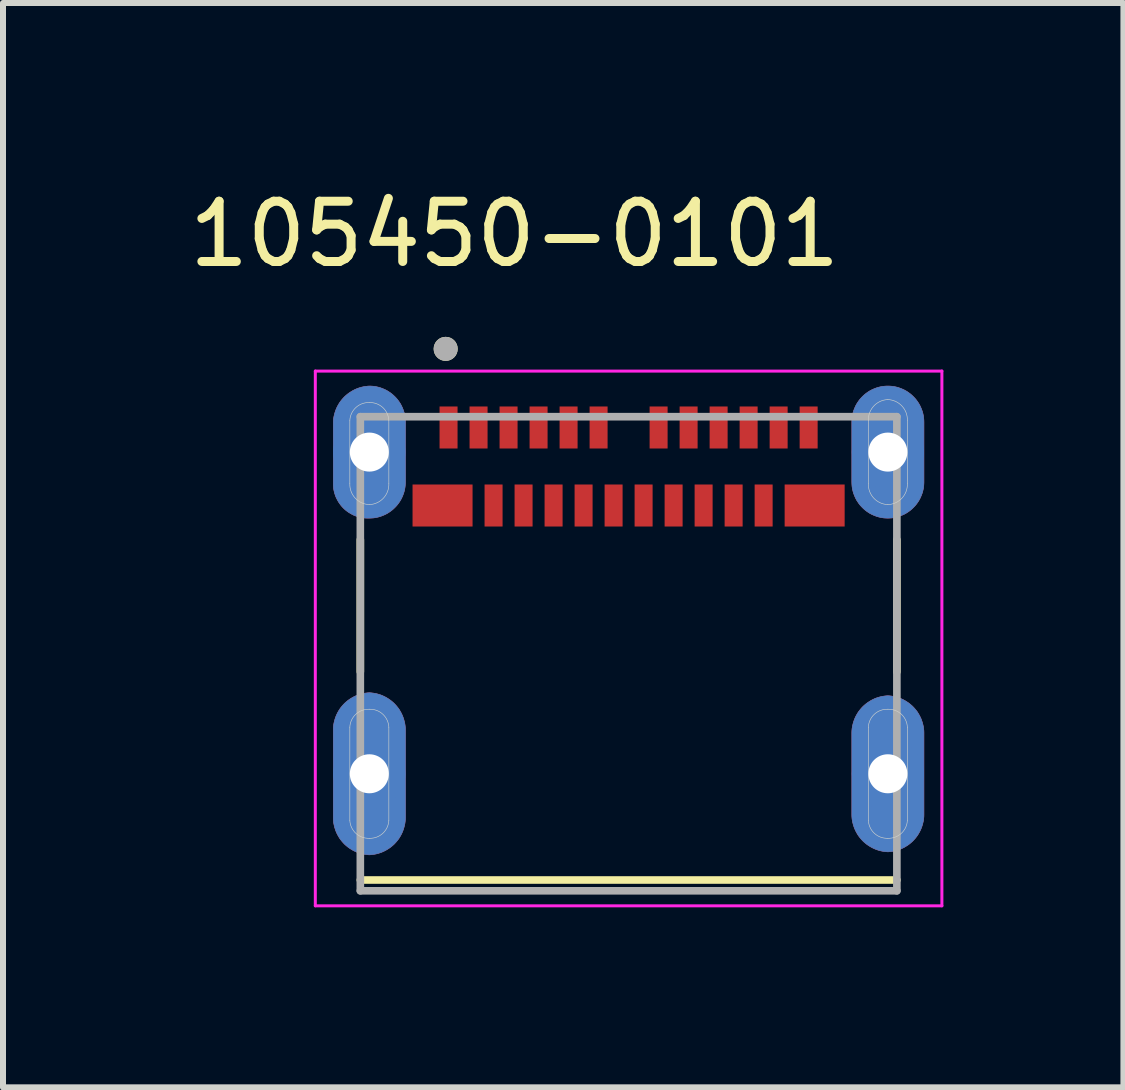
<source format=kicad_pcb>
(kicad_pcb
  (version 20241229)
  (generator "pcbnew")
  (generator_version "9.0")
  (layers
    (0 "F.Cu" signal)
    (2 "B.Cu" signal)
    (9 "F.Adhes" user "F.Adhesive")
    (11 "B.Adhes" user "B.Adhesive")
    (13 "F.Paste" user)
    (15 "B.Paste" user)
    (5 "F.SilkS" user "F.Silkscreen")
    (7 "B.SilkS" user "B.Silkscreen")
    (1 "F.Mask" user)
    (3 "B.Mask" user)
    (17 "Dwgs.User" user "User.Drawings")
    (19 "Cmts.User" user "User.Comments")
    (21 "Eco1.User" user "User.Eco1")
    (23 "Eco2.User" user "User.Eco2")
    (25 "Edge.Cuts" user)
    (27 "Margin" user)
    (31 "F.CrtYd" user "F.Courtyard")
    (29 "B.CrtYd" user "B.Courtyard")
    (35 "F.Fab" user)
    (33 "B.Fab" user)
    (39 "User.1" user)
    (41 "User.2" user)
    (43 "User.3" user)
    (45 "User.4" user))
  (footprint "105450-0101"
    (layer "F.Cu")
    (at 7.424 7.843)
    (property "Reference" "105450-0101" (at -1.899 -6.993 0) (layer "F.SilkS") (effects (font (size 1.004 1.004) (thickness 0.15))))
    (attr through_hole)
    (fp_poly (pts (xy -4.92 -2.81) (xy -4.92 -3.81) (xy -4.92 -3.846) (xy -4.919 -3.879) (xy -4.916 -3.911) (xy -4.911 -3.944) (xy -4.904 -3.976) (xy -4.896 -4.007) (xy -4.886 -4.039) (xy -4.875 -4.069) (xy -4.862 -4.099) (xy -4.847 -4.129) (xy -4.831 -4.157) (xy -4.814 -4.185) (xy -4.795 -4.211) (xy -4.774 -4.237) (xy -4.752 -4.262) (xy -4.73 -4.285) (xy -4.705 -4.307) (xy -4.68 -4.328) (xy -4.654 -4.347) (xy -4.626 -4.365) (xy -4.598 -4.382) (xy -4.569 -4.397) (xy -4.539 -4.411) (xy -4.509 -4.423) (xy -4.478 -4.433) (xy -4.446 -4.442) (xy -4.414 -4.449) (xy -4.382 -4.454) (xy -4.35 -4.458) (xy -4.32 -4.46) (xy -4.289 -4.459) (xy -4.257 -4.457) (xy -4.226 -4.453) (xy -4.195 -4.447) (xy -4.165 -4.44) (xy -4.135 -4.431) (xy -4.105 -4.42) (xy -4.076 -4.408) (xy -4.048 -4.395) (xy -4.02 -4.38) (xy -3.993 -4.363) (xy -3.967 -4.345) (xy -3.942 -4.326) (xy -3.919 -4.306) (xy -3.896 -4.284) (xy -3.874 -4.261) (xy -3.854 -4.238) (xy -3.835 -4.213) (xy -3.817 -4.187) (xy -3.8 -4.16) (xy -3.785 -4.132) (xy -3.772 -4.104) (xy -3.76 -4.075) (xy -3.749 -4.045) (xy -3.74 -4.015) (xy -3.733 -3.985) (xy -3.727 -3.954) (xy -3.723 -3.923) (xy -3.721 -3.891) (xy -3.72 -3.86) (xy -3.72 -2.86) (xy -3.721 -2.829) (xy -3.723 -2.797) (xy -3.727 -2.766) (xy -3.733 -2.735) (xy -3.74 -2.705) (xy -3.749 -2.675) (xy -3.76 -2.645) (xy -3.772 -2.616) (xy -3.785 -2.588) (xy -3.8 -2.56) (xy -3.817 -2.533) (xy -3.835 -2.507) (xy -3.854 -2.482) (xy -3.874 -2.459) (xy -3.896 -2.436) (xy -3.919 -2.414) (xy -3.942 -2.394) (xy -3.967 -2.375) (xy -3.993 -2.357) (xy -4.02 -2.34) (xy -4.048 -2.325) (xy -4.076 -2.312) (xy -4.105 -2.3) (xy -4.135 -2.289) (xy -4.165 -2.28) (xy -4.195 -2.273) (xy -4.226 -2.267) (xy -4.257 -2.263) (xy -4.289 -2.261) (xy -4.32 -2.26) (xy -4.355 -2.26) (xy -4.385 -2.261) (xy -4.415 -2.264) (xy -4.445 -2.268) (xy -4.474 -2.274) (xy -4.504 -2.282) (xy -4.532 -2.291) (xy -4.561 -2.301) (xy -4.588 -2.313) (xy -4.615 -2.327) (xy -4.641 -2.342) (xy -4.667 -2.358) (xy -4.691 -2.375) (xy -4.715 -2.394) (xy -4.738 -2.414) (xy -4.759 -2.435) (xy -4.779 -2.457) (xy -4.799 -2.481) (xy -4.816 -2.505) (xy -4.833 -2.53) (xy -4.848 -2.556) (xy -4.862 -2.583) (xy -4.875 -2.61) (xy -4.886 -2.638) (xy -4.895 -2.667) (xy -4.903 -2.696) (xy -4.91 -2.725) (xy -4.915 -2.755) (xy -4.918 -2.785) (xy -4.92 -2.81)) (stroke (width 0.01) (type solid)) (fill yes) (layer "F.Cu"))
    (fp_poly (pts (xy -4.92 2.7) (xy -4.92 1.3) (xy -4.92 1.264) (xy -4.919 1.231) (xy -4.916 1.199) (xy -4.911 1.166) (xy -4.904 1.134) (xy -4.896 1.103) (xy -4.886 1.071) (xy -4.875 1.041) (xy -4.862 1.011) (xy -4.847 0.981) (xy -4.831 0.953) (xy -4.814 0.925) (xy -4.795 0.899) (xy -4.774 0.873) (xy -4.752 0.848) (xy -4.73 0.825) (xy -4.705 0.803) (xy -4.68 0.782) (xy -4.654 0.763) (xy -4.626 0.745) (xy -4.598 0.728) (xy -4.569 0.713) (xy -4.539 0.699) (xy -4.509 0.687) (xy -4.478 0.677) (xy -4.446 0.668) (xy -4.414 0.661) (xy -4.382 0.656) (xy -4.35 0.652) (xy -4.32 0.65) (xy -4.29 0.652) (xy -4.258 0.656) (xy -4.226 0.661) (xy -4.194 0.668) (xy -4.162 0.677) (xy -4.131 0.687) (xy -4.101 0.699) (xy -4.071 0.713) (xy -4.042 0.728) (xy -4.014 0.745) (xy -3.986 0.763) (xy -3.96 0.782) (xy -3.935 0.803) (xy -3.91 0.825) (xy -3.888 0.848) (xy -3.866 0.873) (xy -3.845 0.899) (xy -3.826 0.925) (xy -3.809 0.953) (xy -3.793 0.981) (xy -3.778 1.011) (xy -3.765 1.041) (xy -3.754 1.071) (xy -3.744 1.103) (xy -3.736 1.134) (xy -3.729 1.166) (xy -3.724 1.199) (xy -3.721 1.231) (xy -3.72 1.264) (xy -3.72 1.3) (xy -3.72 2.7) (xy -3.72 2.736) (xy -3.721 2.769) (xy -3.724 2.801) (xy -3.729 2.834) (xy -3.736 2.866) (xy -3.744 2.897) (xy -3.754 2.929) (xy -3.765 2.959) (xy -3.778 2.989) (xy -3.793 3.019) (xy -3.809 3.047) (xy -3.826 3.075) (xy -3.845 3.101) (xy -3.866 3.127) (xy -3.888 3.152) (xy -3.91 3.175) (xy -3.935 3.197) (xy -3.96 3.218) (xy -3.986 3.237) (xy -4.014 3.255) (xy -4.042 3.272) (xy -4.071 3.287) (xy -4.101 3.301) (xy -4.131 3.313) (xy -4.162 3.323) (xy -4.194 3.332) (xy -4.226 3.339) (xy -4.258 3.344) (xy -4.29 3.348) (xy -4.32 3.35) (xy -4.35 3.348) (xy -4.382 3.344) (xy -4.414 3.339) (xy -4.446 3.332) (xy -4.478 3.323) (xy -4.509 3.313) (xy -4.539 3.301) (xy -4.569 3.287) (xy -4.598 3.272) (xy -4.626 3.255) (xy -4.654 3.237) (xy -4.68 3.218) (xy -4.705 3.197) (xy -4.73 3.175) (xy -4.752 3.152) (xy -4.774 3.127) (xy -4.795 3.101) (xy -4.814 3.075) (xy -4.831 3.047) (xy -4.847 3.019) (xy -4.862 2.989) (xy -4.875 2.959) (xy -4.886 2.929) (xy -4.896 2.897) (xy -4.904 2.866) (xy -4.911 2.834) (xy -4.916 2.801) (xy -4.919 2.769) (xy -4.92 2.736) (xy -4.92 2.7)) (stroke (width 0.01) (type solid)) (fill yes) (layer "F.Cu"))
    (fp_poly (pts (xy 3.72 -2.86) (xy 3.72 -3.86) (xy 3.721 -3.891) (xy 3.723 -3.923) (xy 3.727 -3.954) (xy 3.733 -3.985) (xy 3.74 -4.015) (xy 3.749 -4.045) (xy 3.76 -4.075) (xy 3.772 -4.104) (xy 3.785 -4.132) (xy 3.8 -4.16) (xy 3.817 -4.187) (xy 3.835 -4.213) (xy 3.854 -4.238) (xy 3.874 -4.261) (xy 3.896 -4.284) (xy 3.919 -4.306) (xy 3.942 -4.326) (xy 3.967 -4.345) (xy 3.993 -4.363) (xy 4.02 -4.38) (xy 4.048 -4.395) (xy 4.076 -4.408) (xy 4.105 -4.42) (xy 4.135 -4.431) (xy 4.165 -4.44) (xy 4.195 -4.447) (xy 4.226 -4.453) (xy 4.257 -4.457) (xy 4.289 -4.459) (xy 4.32 -4.46) (xy 4.351 -4.459) (xy 4.383 -4.457) (xy 4.414 -4.453) (xy 4.445 -4.447) (xy 4.475 -4.44) (xy 4.505 -4.431) (xy 4.535 -4.42) (xy 4.564 -4.408) (xy 4.592 -4.395) (xy 4.62 -4.38) (xy 4.647 -4.363) (xy 4.673 -4.345) (xy 4.698 -4.326) (xy 4.721 -4.306) (xy 4.744 -4.284) (xy 4.766 -4.261) (xy 4.786 -4.238) (xy 4.805 -4.213) (xy 4.823 -4.187) (xy 4.84 -4.16) (xy 4.855 -4.132) (xy 4.868 -4.104) (xy 4.88 -4.075) (xy 4.891 -4.045) (xy 4.9 -4.015) (xy 4.907 -3.985) (xy 4.913 -3.954) (xy 4.917 -3.923) (xy 4.919 -3.891) (xy 4.92 -3.86) (xy 4.92 -2.86) (xy 4.919 -2.829) (xy 4.917 -2.797) (xy 4.913 -2.766) (xy 4.907 -2.735) (xy 4.9 -2.705) (xy 4.891 -2.675) (xy 4.88 -2.645) (xy 4.868 -2.616) (xy 4.855 -2.588) (xy 4.84 -2.56) (xy 4.823 -2.533) (xy 4.805 -2.507) (xy 4.786 -2.482) (xy 4.766 -2.459) (xy 4.744 -2.436) (xy 4.721 -2.414) (xy 4.698 -2.394) (xy 4.673 -2.375) (xy 4.647 -2.357) (xy 4.62 -2.34) (xy 4.592 -2.325) (xy 4.564 -2.312) (xy 4.535 -2.3) (xy 4.505 -2.289) (xy 4.475 -2.28) (xy 4.445 -2.273) (xy 4.414 -2.267) (xy 4.383 -2.263) (xy 4.351 -2.261) (xy 4.32 -2.26) (xy 4.289 -2.261) (xy 4.257 -2.263) (xy 4.226 -2.267) (xy 4.195 -2.273) (xy 4.165 -2.28) (xy 4.135 -2.289) (xy 4.105 -2.3) (xy 4.076 -2.312) (xy 4.048 -2.325) (xy 4.02 -2.34) (xy 3.993 -2.357) (xy 3.967 -2.375) (xy 3.942 -2.394) (xy 3.919 -2.414) (xy 3.896 -2.436) (xy 3.874 -2.459) (xy 3.854 -2.482) (xy 3.835 -2.507) (xy 3.817 -2.533) (xy 3.8 -2.56) (xy 3.785 -2.588) (xy 3.772 -2.616) (xy 3.76 -2.645) (xy 3.749 -2.675) (xy 3.74 -2.705) (xy 3.733 -2.735) (xy 3.727 -2.766) (xy 3.723 -2.797) (xy 3.721 -2.829) (xy 3.72 -2.86)) (stroke (width 0.01) (type solid)) (fill yes) (layer "F.Cu"))
    (fp_poly (pts (xy 3.72 2.65) (xy 3.72 1.35) (xy 3.72 1.314) (xy 3.721 1.281) (xy 3.724 1.249) (xy 3.729 1.216) (xy 3.736 1.184) (xy 3.744 1.153) (xy 3.754 1.121) (xy 3.765 1.091) (xy 3.778 1.061) (xy 3.793 1.031) (xy 3.809 1.003) (xy 3.826 0.975) (xy 3.845 0.949) (xy 3.866 0.923) (xy 3.888 0.898) (xy 3.91 0.875) (xy 3.935 0.853) (xy 3.96 0.832) (xy 3.986 0.813) (xy 4.014 0.795) (xy 4.042 0.778) (xy 4.071 0.763) (xy 4.101 0.749) (xy 4.131 0.737) (xy 4.162 0.727) (xy 4.194 0.718) (xy 4.226 0.711) (xy 4.258 0.706) (xy 4.29 0.702) (xy 4.32 0.7) (xy 4.35 0.702) (xy 4.382 0.706) (xy 4.414 0.711) (xy 4.446 0.718) (xy 4.478 0.727) (xy 4.509 0.737) (xy 4.539 0.749) (xy 4.569 0.763) (xy 4.598 0.778) (xy 4.626 0.795) (xy 4.654 0.813) (xy 4.68 0.832) (xy 4.705 0.853) (xy 4.73 0.875) (xy 4.752 0.898) (xy 4.774 0.923) (xy 4.795 0.949) (xy 4.814 0.975) (xy 4.831 1.003) (xy 4.847 1.031) (xy 4.862 1.061) (xy 4.875 1.091) (xy 4.886 1.121) (xy 4.896 1.153) (xy 4.904 1.184) (xy 4.911 1.216) (xy 4.916 1.249) (xy 4.919 1.281) (xy 4.92 1.314) (xy 4.92 1.35) (xy 4.92 2.65) (xy 4.92 2.686) (xy 4.919 2.719) (xy 4.916 2.751) (xy 4.911 2.784) (xy 4.904 2.816) (xy 4.896 2.847) (xy 4.886 2.879) (xy 4.875 2.909) (xy 4.862 2.939) (xy 4.847 2.969) (xy 4.831 2.997) (xy 4.814 3.025) (xy 4.795 3.051) (xy 4.774 3.077) (xy 4.752 3.102) (xy 4.73 3.125) (xy 4.705 3.147) (xy 4.68 3.168) (xy 4.654 3.187) (xy 4.626 3.205) (xy 4.598 3.222) (xy 4.569 3.237) (xy 4.539 3.251) (xy 4.509 3.263) (xy 4.478 3.273) (xy 4.446 3.282) (xy 4.414 3.289) (xy 4.382 3.294) (xy 4.35 3.298) (xy 4.32 3.3) (xy 4.29 3.298) (xy 4.258 3.294) (xy 4.226 3.289) (xy 4.194 3.282) (xy 4.162 3.273) (xy 4.131 3.263) (xy 4.101 3.251) (xy 4.071 3.237) (xy 4.042 3.222) (xy 4.014 3.205) (xy 3.986 3.187) (xy 3.96 3.168) (xy 3.935 3.147) (xy 3.91 3.125) (xy 3.888 3.102) (xy 3.866 3.077) (xy 3.845 3.051) (xy 3.826 3.025) (xy 3.809 2.997) (xy 3.793 2.969) (xy 3.778 2.939) (xy 3.765 2.909) (xy 3.754 2.879) (xy 3.744 2.847) (xy 3.736 2.816) (xy 3.729 2.784) (xy 3.724 2.751) (xy 3.721 2.719) (xy 3.72 2.686) (xy 3.72 2.65)) (stroke (width 0.01) (type solid)) (fill yes) (layer "F.Cu"))
    (fp_poly (pts (xy -4.97 2.7) (xy -4.97 1.3) (xy -4.97 1.263) (xy -4.969 1.228) (xy -4.965 1.193) (xy -4.96 1.158) (xy -4.953 1.123) (xy -4.944 1.089) (xy -4.934 1.055) (xy -4.921 1.022) (xy -4.907 0.99) (xy -4.891 0.958) (xy -4.874 0.927) (xy -4.855 0.897) (xy -4.834 0.868) (xy -4.812 0.841) (xy -4.789 0.814) (xy -4.764 0.789) (xy -4.738 0.765) (xy -4.711 0.743) (xy -4.682 0.722) (xy -4.653 0.702) (xy -4.622 0.684) (xy -4.591 0.668) (xy -4.559 0.653) (xy -4.526 0.64) (xy -4.492 0.629) (xy -4.458 0.62) (xy -4.424 0.612) (xy -4.389 0.606) (xy -4.354 0.602) (xy -4.32 0.6) (xy -4.286 0.602) (xy -4.251 0.606) (xy -4.216 0.612) (xy -4.182 0.62) (xy -4.148 0.629) (xy -4.114 0.64) (xy -4.081 0.653) (xy -4.049 0.668) (xy -4.018 0.684) (xy -3.987 0.702) (xy -3.958 0.722) (xy -3.929 0.743) (xy -3.902 0.765) (xy -3.876 0.789) (xy -3.851 0.814) (xy -3.828 0.841) (xy -3.806 0.868) (xy -3.785 0.897) (xy -3.766 0.927) (xy -3.749 0.958) (xy -3.733 0.99) (xy -3.719 1.022) (xy -3.706 1.055) (xy -3.696 1.089) (xy -3.687 1.123) (xy -3.68 1.158) (xy -3.675 1.193) (xy -3.671 1.228) (xy -3.67 1.263) (xy -3.67 1.3) (xy -3.67 2.7) (xy -3.67 2.737) (xy -3.671 2.772) (xy -3.675 2.807) (xy -3.68 2.842) (xy -3.687 2.877) (xy -3.696 2.911) (xy -3.706 2.945) (xy -3.719 2.978) (xy -3.733 3.01) (xy -3.749 3.042) (xy -3.766 3.073) (xy -3.785 3.103) (xy -3.806 3.132) (xy -3.828 3.159) (xy -3.851 3.186) (xy -3.876 3.211) (xy -3.902 3.235) (xy -3.929 3.257) (xy -3.958 3.278) (xy -3.987 3.298) (xy -4.018 3.316) (xy -4.049 3.332) (xy -4.081 3.347) (xy -4.114 3.36) (xy -4.148 3.371) (xy -4.182 3.38) (xy -4.216 3.388) (xy -4.251 3.394) (xy -4.286 3.398) (xy -4.32 3.4) (xy -4.354 3.398) (xy -4.389 3.394) (xy -4.424 3.388) (xy -4.458 3.38) (xy -4.492 3.371) (xy -4.526 3.36) (xy -4.559 3.347) (xy -4.591 3.332) (xy -4.622 3.316) (xy -4.653 3.298) (xy -4.682 3.278) (xy -4.711 3.257) (xy -4.738 3.235) (xy -4.764 3.211) (xy -4.789 3.186) (xy -4.812 3.159) (xy -4.834 3.132) (xy -4.855 3.103) (xy -4.874 3.073) (xy -4.891 3.042) (xy -4.907 3.01) (xy -4.921 2.978) (xy -4.934 2.945) (xy -4.944 2.911) (xy -4.953 2.877) (xy -4.96 2.842) (xy -4.965 2.807) (xy -4.969 2.772) (xy -4.97 2.737) (xy -4.97 2.7)) (stroke (width 0.01) (type solid)) (fill yes) (layer "F.Mask"))
    (fp_poly (pts (xy -4.32 -2.21) (xy -4.356 -2.21) (xy -4.389 -2.211) (xy -4.421 -2.214) (xy -4.454 -2.219) (xy -4.486 -2.226) (xy -4.517 -2.234) (xy -4.549 -2.244) (xy -4.579 -2.255) (xy -4.609 -2.268) (xy -4.639 -2.283) (xy -4.667 -2.299) (xy -4.695 -2.316) (xy -4.721 -2.335) (xy -4.747 -2.356) (xy -4.772 -2.378) (xy -4.795 -2.4) (xy -4.817 -2.425) (xy -4.838 -2.45) (xy -4.857 -2.476) (xy -4.875 -2.504) (xy -4.892 -2.532) (xy -4.907 -2.561) (xy -4.921 -2.591) (xy -4.933 -2.621) (xy -4.943 -2.652) (xy -4.952 -2.684) (xy -4.959 -2.716) (xy -4.964 -2.748) (xy -4.968 -2.78) (xy -4.97 -2.81) (xy -4.97 -3.81) (xy -4.97 -3.847) (xy -4.969 -3.882) (xy -4.965 -3.917) (xy -4.96 -3.952) (xy -4.953 -3.987) (xy -4.944 -4.021) (xy -4.934 -4.055) (xy -4.921 -4.088) (xy -4.907 -4.12) (xy -4.891 -4.152) (xy -4.874 -4.183) (xy -4.855 -4.213) (xy -4.834 -4.242) (xy -4.812 -4.269) (xy -4.789 -4.296) (xy -4.764 -4.321) (xy -4.738 -4.345) (xy -4.711 -4.367) (xy -4.682 -4.388) (xy -4.653 -4.408) (xy -4.622 -4.426) (xy -4.591 -4.442) (xy -4.559 -4.457) (xy -4.526 -4.47) (xy -4.492 -4.481) (xy -4.458 -4.49) (xy -4.424 -4.498) (xy -4.389 -4.504) (xy -4.354 -4.508) (xy -4.32 -4.51) (xy -4.286 -4.509) (xy -4.252 -4.506) (xy -4.218 -4.502) (xy -4.185 -4.496) (xy -4.152 -4.488) (xy -4.119 -4.478) (xy -4.087 -4.467) (xy -4.056 -4.454) (xy -4.025 -4.439) (xy -3.995 -4.423) (xy -3.966 -4.405) (xy -3.938 -4.386) (xy -3.911 -4.365) (xy -3.885 -4.343) (xy -3.86 -4.32) (xy -3.837 -4.295) (xy -3.815 -4.269) (xy -3.794 -4.242) (xy -3.775 -4.214) (xy -3.757 -4.185) (xy -3.741 -4.155) (xy -3.726 -4.124) (xy -3.713 -4.093) (xy -3.702 -4.061) (xy -3.692 -4.028) (xy -3.684 -3.995) (xy -3.678 -3.962) (xy -3.674 -3.928) (xy -3.671 -3.894) (xy -3.67 -3.86) (xy -3.67 -2.86) (xy -3.671 -2.826) (xy -3.674 -2.792) (xy -3.678 -2.758) (xy -3.684 -2.725) (xy -3.692 -2.692) (xy -3.702 -2.659) (xy -3.713 -2.627) (xy -3.726 -2.596) (xy -3.741 -2.565) (xy -3.757 -2.535) (xy -3.775 -2.506) (xy -3.794 -2.478) (xy -3.815 -2.451) (xy -3.837 -2.425) (xy -3.86 -2.4) (xy -3.885 -2.377) (xy -3.911 -2.355) (xy -3.938 -2.334) (xy -3.966 -2.315) (xy -3.995 -2.297) (xy -4.025 -2.281) (xy -4.056 -2.266) (xy -4.087 -2.253) (xy -4.119 -2.242) (xy -4.152 -2.232) (xy -4.185 -2.224) (xy -4.218 -2.218) (xy -4.252 -2.214) (xy -4.286 -2.211) (xy -4.32 -2.21)) (stroke (width 0.01) (type solid)) (fill yes) (layer "F.Mask"))
    (fp_poly (pts (xy 3.67 2.65) (xy 3.67 1.35) (xy 3.67 1.313) (xy 3.671 1.278) (xy 3.675 1.243) (xy 3.68 1.208) (xy 3.687 1.173) (xy 3.696 1.139) (xy 3.706 1.105) (xy 3.719 1.072) (xy 3.733 1.04) (xy 3.749 1.008) (xy 3.766 0.977) (xy 3.785 0.947) (xy 3.806 0.918) (xy 3.828 0.891) (xy 3.851 0.864) (xy 3.876 0.839) (xy 3.902 0.815) (xy 3.929 0.793) (xy 3.958 0.772) (xy 3.987 0.752) (xy 4.018 0.734) (xy 4.049 0.718) (xy 4.081 0.703) (xy 4.114 0.69) (xy 4.148 0.679) (xy 4.182 0.67) (xy 4.216 0.662) (xy 4.251 0.656) (xy 4.286 0.652) (xy 4.32 0.65) (xy 4.354 0.652) (xy 4.389 0.656) (xy 4.424 0.662) (xy 4.458 0.67) (xy 4.492 0.679) (xy 4.526 0.69) (xy 4.559 0.703) (xy 4.591 0.718) (xy 4.622 0.734) (xy 4.653 0.752) (xy 4.682 0.772) (xy 4.711 0.793) (xy 4.738 0.815) (xy 4.764 0.839) (xy 4.789 0.864) (xy 4.812 0.891) (xy 4.834 0.918) (xy 4.855 0.947) (xy 4.874 0.977) (xy 4.891 1.008) (xy 4.907 1.04) (xy 4.921 1.072) (xy 4.934 1.105) (xy 4.944 1.139) (xy 4.953 1.173) (xy 4.96 1.208) (xy 4.965 1.243) (xy 4.969 1.278) (xy 4.97 1.313) (xy 4.97 1.35) (xy 4.97 2.65) (xy 4.97 2.687) (xy 4.969 2.722) (xy 4.965 2.757) (xy 4.96 2.792) (xy 4.953 2.827) (xy 4.944 2.861) (xy 4.934 2.895) (xy 4.921 2.928) (xy 4.907 2.96) (xy 4.891 2.992) (xy 4.874 3.023) (xy 4.855 3.053) (xy 4.834 3.082) (xy 4.812 3.109) (xy 4.789 3.136) (xy 4.764 3.161) (xy 4.738 3.185) (xy 4.711 3.207) (xy 4.682 3.228) (xy 4.653 3.248) (xy 4.622 3.266) (xy 4.591 3.282) (xy 4.559 3.297) (xy 4.526 3.31) (xy 4.492 3.321) (xy 4.458 3.33) (xy 4.424 3.338) (xy 4.389 3.344) (xy 4.354 3.348) (xy 4.32 3.35) (xy 4.286 3.348) (xy 4.251 3.344) (xy 4.216 3.338) (xy 4.182 3.33) (xy 4.148 3.321) (xy 4.114 3.31) (xy 4.081 3.297) (xy 4.049 3.282) (xy 4.018 3.266) (xy 3.987 3.248) (xy 3.958 3.228) (xy 3.929 3.207) (xy 3.902 3.185) (xy 3.876 3.161) (xy 3.851 3.136) (xy 3.828 3.109) (xy 3.806 3.082) (xy 3.785 3.053) (xy 3.766 3.023) (xy 3.749 2.992) (xy 3.733 2.96) (xy 3.719 2.928) (xy 3.706 2.895) (xy 3.696 2.861) (xy 3.687 2.827) (xy 3.68 2.792) (xy 3.675 2.757) (xy 3.671 2.722) (xy 3.67 2.687) (xy 3.67 2.65)) (stroke (width 0.01) (type solid)) (fill yes) (layer "F.Mask"))
    (fp_poly (pts (xy 4.32 -2.21) (xy 4.286 -2.211) (xy 4.252 -2.214) (xy 4.218 -2.218) (xy 4.185 -2.224) (xy 4.152 -2.232) (xy 4.119 -2.242) (xy 4.087 -2.253) (xy 4.056 -2.266) (xy 4.025 -2.281) (xy 3.995 -2.297) (xy 3.966 -2.315) (xy 3.938 -2.334) (xy 3.911 -2.355) (xy 3.885 -2.377) (xy 3.86 -2.4) (xy 3.837 -2.425) (xy 3.815 -2.451) (xy 3.794 -2.478) (xy 3.775 -2.506) (xy 3.757 -2.535) (xy 3.741 -2.565) (xy 3.726 -2.596) (xy 3.713 -2.627) (xy 3.702 -2.659) (xy 3.692 -2.692) (xy 3.684 -2.725) (xy 3.678 -2.758) (xy 3.674 -2.792) (xy 3.671 -2.826) (xy 3.67 -2.86) (xy 3.67 -3.86) (xy 3.671 -3.894) (xy 3.674 -3.928) (xy 3.678 -3.962) (xy 3.684 -3.995) (xy 3.692 -4.028) (xy 3.702 -4.061) (xy 3.713 -4.093) (xy 3.726 -4.124) (xy 3.741 -4.155) (xy 3.757 -4.185) (xy 3.775 -4.214) (xy 3.794 -4.242) (xy 3.815 -4.269) (xy 3.837 -4.295) (xy 3.86 -4.32) (xy 3.885 -4.343) (xy 3.911 -4.365) (xy 3.938 -4.386) (xy 3.966 -4.405) (xy 3.995 -4.423) (xy 4.025 -4.439) (xy 4.056 -4.454) (xy 4.087 -4.467) (xy 4.119 -4.478) (xy 4.152 -4.488) (xy 4.185 -4.496) (xy 4.218 -4.502) (xy 4.252 -4.506) (xy 4.286 -4.509) (xy 4.32 -4.51) (xy 4.354 -4.509) (xy 4.388 -4.506) (xy 4.422 -4.502) (xy 4.455 -4.496) (xy 4.488 -4.488) (xy 4.521 -4.478) (xy 4.553 -4.467) (xy 4.584 -4.454) (xy 4.615 -4.439) (xy 4.645 -4.423) (xy 4.674 -4.405) (xy 4.702 -4.386) (xy 4.729 -4.365) (xy 4.755 -4.343) (xy 4.78 -4.32) (xy 4.803 -4.295) (xy 4.825 -4.269) (xy 4.846 -4.242) (xy 4.865 -4.214) (xy 4.883 -4.185) (xy 4.899 -4.155) (xy 4.914 -4.124) (xy 4.927 -4.093) (xy 4.938 -4.061) (xy 4.948 -4.028) (xy 4.956 -3.995) (xy 4.962 -3.962) (xy 4.966 -3.928) (xy 4.969 -3.894) (xy 4.97 -3.86) (xy 4.97 -2.86) (xy 4.969 -2.826) (xy 4.966 -2.792) (xy 4.962 -2.758) (xy 4.956 -2.725) (xy 4.948 -2.692) (xy 4.938 -2.659) (xy 4.927 -2.627) (xy 4.914 -2.596) (xy 4.899 -2.565) (xy 4.883 -2.535) (xy 4.865 -2.506) (xy 4.846 -2.478) (xy 4.825 -2.451) (xy 4.803 -2.425) (xy 4.78 -2.4) (xy 4.755 -2.377) (xy 4.729 -2.355) (xy 4.702 -2.334) (xy 4.674 -2.315) (xy 4.645 -2.297) (xy 4.615 -2.281) (xy 4.584 -2.266) (xy 4.553 -2.253) (xy 4.521 -2.242) (xy 4.488 -2.232) (xy 4.455 -2.224) (xy 4.422 -2.218) (xy 4.388 -2.214) (xy 4.354 -2.211) (xy 4.32 -2.21)) (stroke (width 0.01) (type solid)) (fill yes) (layer "F.Mask"))
    (fp_poly (pts (xy -4.92 -2.81) (xy -4.92 -3.81) (xy -4.92 -3.846) (xy -4.919 -3.879) (xy -4.916 -3.911) (xy -4.911 -3.944) (xy -4.904 -3.976) (xy -4.896 -4.007) (xy -4.886 -4.039) (xy -4.875 -4.069) (xy -4.862 -4.099) (xy -4.847 -4.129) (xy -4.831 -4.157) (xy -4.814 -4.185) (xy -4.795 -4.211) (xy -4.774 -4.237) (xy -4.752 -4.262) (xy -4.73 -4.285) (xy -4.705 -4.307) (xy -4.68 -4.328) (xy -4.654 -4.347) (xy -4.626 -4.365) (xy -4.598 -4.382) (xy -4.569 -4.397) (xy -4.539 -4.411) (xy -4.509 -4.423) (xy -4.478 -4.433) (xy -4.446 -4.442) (xy -4.414 -4.449) (xy -4.382 -4.454) (xy -4.35 -4.458) (xy -4.32 -4.46) (xy -4.289 -4.459) (xy -4.257 -4.457) (xy -4.226 -4.453) (xy -4.195 -4.447) (xy -4.165 -4.44) (xy -4.135 -4.431) (xy -4.105 -4.42) (xy -4.076 -4.408) (xy -4.048 -4.395) (xy -4.02 -4.38) (xy -3.993 -4.363) (xy -3.967 -4.345) (xy -3.942 -4.326) (xy -3.919 -4.306) (xy -3.896 -4.284) (xy -3.874 -4.261) (xy -3.854 -4.238) (xy -3.835 -4.213) (xy -3.817 -4.187) (xy -3.8 -4.16) (xy -3.785 -4.132) (xy -3.772 -4.104) (xy -3.76 -4.075) (xy -3.749 -4.045) (xy -3.74 -4.015) (xy -3.733 -3.985) (xy -3.727 -3.954) (xy -3.723 -3.923) (xy -3.721 -3.891) (xy -3.72 -3.86) (xy -3.72 -2.86) (xy -3.721 -2.829) (xy -3.723 -2.797) (xy -3.727 -2.766) (xy -3.733 -2.735) (xy -3.74 -2.705) (xy -3.749 -2.675) (xy -3.76 -2.645) (xy -3.772 -2.616) (xy -3.785 -2.588) (xy -3.8 -2.56) (xy -3.817 -2.533) (xy -3.835 -2.507) (xy -3.854 -2.482) (xy -3.874 -2.459) (xy -3.896 -2.436) (xy -3.919 -2.414) (xy -3.942 -2.394) (xy -3.967 -2.375) (xy -3.993 -2.357) (xy -4.02 -2.34) (xy -4.048 -2.325) (xy -4.076 -2.312) (xy -4.105 -2.3) (xy -4.135 -2.289) (xy -4.165 -2.28) (xy -4.195 -2.273) (xy -4.226 -2.267) (xy -4.257 -2.263) (xy -4.289 -2.261) (xy -4.32 -2.26) (xy -4.355 -2.26) (xy -4.385 -2.261) (xy -4.415 -2.264) (xy -4.445 -2.268) (xy -4.474 -2.274) (xy -4.504 -2.282) (xy -4.532 -2.291) (xy -4.561 -2.301) (xy -4.588 -2.313) (xy -4.615 -2.327) (xy -4.641 -2.342) (xy -4.667 -2.358) (xy -4.691 -2.375) (xy -4.715 -2.394) (xy -4.738 -2.414) (xy -4.759 -2.435) (xy -4.779 -2.457) (xy -4.799 -2.481) (xy -4.816 -2.505) (xy -4.833 -2.53) (xy -4.848 -2.556) (xy -4.862 -2.583) (xy -4.875 -2.61) (xy -4.886 -2.638) (xy -4.895 -2.667) (xy -4.903 -2.696) (xy -4.91 -2.725) (xy -4.915 -2.755) (xy -4.918 -2.785) (xy -4.92 -2.81)) (stroke (width 0.01) (type solid)) (fill yes) (layer "B.Cu"))
    (fp_poly (pts (xy -4.92 2.7) (xy -4.92 1.3) (xy -4.92 1.264) (xy -4.919 1.231) (xy -4.916 1.199) (xy -4.911 1.166) (xy -4.904 1.134) (xy -4.896 1.103) (xy -4.886 1.071) (xy -4.875 1.041) (xy -4.862 1.011) (xy -4.847 0.981) (xy -4.831 0.953) (xy -4.814 0.925) (xy -4.795 0.899) (xy -4.774 0.873) (xy -4.752 0.848) (xy -4.73 0.825) (xy -4.705 0.803) (xy -4.68 0.782) (xy -4.654 0.763) (xy -4.626 0.745) (xy -4.598 0.728) (xy -4.569 0.713) (xy -4.539 0.699) (xy -4.509 0.687) (xy -4.478 0.677) (xy -4.446 0.668) (xy -4.414 0.661) (xy -4.382 0.656) (xy -4.35 0.652) (xy -4.32 0.65) (xy -4.29 0.652) (xy -4.258 0.656) (xy -4.226 0.661) (xy -4.194 0.668) (xy -4.162 0.677) (xy -4.131 0.687) (xy -4.101 0.699) (xy -4.071 0.713) (xy -4.042 0.728) (xy -4.014 0.745) (xy -3.986 0.763) (xy -3.96 0.782) (xy -3.935 0.803) (xy -3.91 0.825) (xy -3.888 0.848) (xy -3.866 0.873) (xy -3.845 0.899) (xy -3.826 0.925) (xy -3.809 0.953) (xy -3.793 0.981) (xy -3.778 1.011) (xy -3.765 1.041) (xy -3.754 1.071) (xy -3.744 1.103) (xy -3.736 1.134) (xy -3.729 1.166) (xy -3.724 1.199) (xy -3.721 1.231) (xy -3.72 1.264) (xy -3.72 1.3) (xy -3.72 2.7) (xy -3.72 2.736) (xy -3.721 2.769) (xy -3.724 2.801) (xy -3.729 2.834) (xy -3.736 2.866) (xy -3.744 2.897) (xy -3.754 2.929) (xy -3.765 2.959) (xy -3.778 2.989) (xy -3.793 3.019) (xy -3.809 3.047) (xy -3.826 3.075) (xy -3.845 3.101) (xy -3.866 3.127) (xy -3.888 3.152) (xy -3.91 3.175) (xy -3.935 3.197) (xy -3.96 3.218) (xy -3.986 3.237) (xy -4.014 3.255) (xy -4.042 3.272) (xy -4.071 3.287) (xy -4.101 3.301) (xy -4.131 3.313) (xy -4.162 3.323) (xy -4.194 3.332) (xy -4.226 3.339) (xy -4.258 3.344) (xy -4.29 3.348) (xy -4.32 3.35) (xy -4.35 3.348) (xy -4.382 3.344) (xy -4.414 3.339) (xy -4.446 3.332) (xy -4.478 3.323) (xy -4.509 3.313) (xy -4.539 3.301) (xy -4.569 3.287) (xy -4.598 3.272) (xy -4.626 3.255) (xy -4.654 3.237) (xy -4.68 3.218) (xy -4.705 3.197) (xy -4.73 3.175) (xy -4.752 3.152) (xy -4.774 3.127) (xy -4.795 3.101) (xy -4.814 3.075) (xy -4.831 3.047) (xy -4.847 3.019) (xy -4.862 2.989) (xy -4.875 2.959) (xy -4.886 2.929) (xy -4.896 2.897) (xy -4.904 2.866) (xy -4.911 2.834) (xy -4.916 2.801) (xy -4.919 2.769) (xy -4.92 2.736) (xy -4.92 2.7)) (stroke (width 0.01) (type solid)) (fill yes) (layer "B.Cu"))
    (fp_poly (pts (xy 3.72 -2.86) (xy 3.72 -3.86) (xy 3.721 -3.891) (xy 3.723 -3.923) (xy 3.727 -3.954) (xy 3.733 -3.985) (xy 3.74 -4.015) (xy 3.749 -4.045) (xy 3.76 -4.075) (xy 3.772 -4.104) (xy 3.785 -4.132) (xy 3.8 -4.16) (xy 3.817 -4.187) (xy 3.835 -4.213) (xy 3.854 -4.238) (xy 3.874 -4.261) (xy 3.896 -4.284) (xy 3.919 -4.306) (xy 3.942 -4.326) (xy 3.967 -4.345) (xy 3.993 -4.363) (xy 4.02 -4.38) (xy 4.048 -4.395) (xy 4.076 -4.408) (xy 4.105 -4.42) (xy 4.135 -4.431) (xy 4.165 -4.44) (xy 4.195 -4.447) (xy 4.226 -4.453) (xy 4.257 -4.457) (xy 4.289 -4.459) (xy 4.32 -4.46) (xy 4.351 -4.459) (xy 4.383 -4.457) (xy 4.414 -4.453) (xy 4.445 -4.447) (xy 4.475 -4.44) (xy 4.505 -4.431) (xy 4.535 -4.42) (xy 4.564 -4.408) (xy 4.592 -4.395) (xy 4.62 -4.38) (xy 4.647 -4.363) (xy 4.673 -4.345) (xy 4.698 -4.326) (xy 4.721 -4.306) (xy 4.744 -4.284) (xy 4.766 -4.261) (xy 4.786 -4.238) (xy 4.805 -4.213) (xy 4.823 -4.187) (xy 4.84 -4.16) (xy 4.855 -4.132) (xy 4.868 -4.104) (xy 4.88 -4.075) (xy 4.891 -4.045) (xy 4.9 -4.015) (xy 4.907 -3.985) (xy 4.913 -3.954) (xy 4.917 -3.923) (xy 4.919 -3.891) (xy 4.92 -3.86) (xy 4.92 -2.86) (xy 4.919 -2.829) (xy 4.917 -2.797) (xy 4.913 -2.766) (xy 4.907 -2.735) (xy 4.9 -2.705) (xy 4.891 -2.675) (xy 4.88 -2.645) (xy 4.868 -2.616) (xy 4.855 -2.588) (xy 4.84 -2.56) (xy 4.823 -2.533) (xy 4.805 -2.507) (xy 4.786 -2.482) (xy 4.766 -2.459) (xy 4.744 -2.436) (xy 4.721 -2.414) (xy 4.698 -2.394) (xy 4.673 -2.375) (xy 4.647 -2.357) (xy 4.62 -2.34) (xy 4.592 -2.325) (xy 4.564 -2.312) (xy 4.535 -2.3) (xy 4.505 -2.289) (xy 4.475 -2.28) (xy 4.445 -2.273) (xy 4.414 -2.267) (xy 4.383 -2.263) (xy 4.351 -2.261) (xy 4.32 -2.26) (xy 4.289 -2.261) (xy 4.257 -2.263) (xy 4.226 -2.267) (xy 4.195 -2.273) (xy 4.165 -2.28) (xy 4.135 -2.289) (xy 4.105 -2.3) (xy 4.076 -2.312) (xy 4.048 -2.325) (xy 4.02 -2.34) (xy 3.993 -2.357) (xy 3.967 -2.375) (xy 3.942 -2.394) (xy 3.919 -2.414) (xy 3.896 -2.436) (xy 3.874 -2.459) (xy 3.854 -2.482) (xy 3.835 -2.507) (xy 3.817 -2.533) (xy 3.8 -2.56) (xy 3.785 -2.588) (xy 3.772 -2.616) (xy 3.76 -2.645) (xy 3.749 -2.675) (xy 3.74 -2.705) (xy 3.733 -2.735) (xy 3.727 -2.766) (xy 3.723 -2.797) (xy 3.721 -2.829) (xy 3.72 -2.86)) (stroke (width 0.01) (type solid)) (fill yes) (layer "B.Cu"))
    (fp_poly (pts (xy 3.72 2.65) (xy 3.72 1.35) (xy 3.72 1.314) (xy 3.721 1.281) (xy 3.724 1.249) (xy 3.729 1.216) (xy 3.736 1.184) (xy 3.744 1.153) (xy 3.754 1.121) (xy 3.765 1.091) (xy 3.778 1.061) (xy 3.793 1.031) (xy 3.809 1.003) (xy 3.826 0.975) (xy 3.845 0.949) (xy 3.866 0.923) (xy 3.888 0.898) (xy 3.91 0.875) (xy 3.935 0.853) (xy 3.96 0.832) (xy 3.986 0.813) (xy 4.014 0.795) (xy 4.042 0.778) (xy 4.071 0.763) (xy 4.101 0.749) (xy 4.131 0.737) (xy 4.162 0.727) (xy 4.194 0.718) (xy 4.226 0.711) (xy 4.258 0.706) (xy 4.29 0.702) (xy 4.32 0.7) (xy 4.35 0.702) (xy 4.382 0.706) (xy 4.414 0.711) (xy 4.446 0.718) (xy 4.478 0.727) (xy 4.509 0.737) (xy 4.539 0.749) (xy 4.569 0.763) (xy 4.598 0.778) (xy 4.626 0.795) (xy 4.654 0.813) (xy 4.68 0.832) (xy 4.705 0.853) (xy 4.73 0.875) (xy 4.752 0.898) (xy 4.774 0.923) (xy 4.795 0.949) (xy 4.814 0.975) (xy 4.831 1.003) (xy 4.847 1.031) (xy 4.862 1.061) (xy 4.875 1.091) (xy 4.886 1.121) (xy 4.896 1.153) (xy 4.904 1.184) (xy 4.911 1.216) (xy 4.916 1.249) (xy 4.919 1.281) (xy 4.92 1.314) (xy 4.92 1.35) (xy 4.92 2.65) (xy 4.92 2.686) (xy 4.919 2.719) (xy 4.916 2.751) (xy 4.911 2.784) (xy 4.904 2.816) (xy 4.896 2.847) (xy 4.886 2.879) (xy 4.875 2.909) (xy 4.862 2.939) (xy 4.847 2.969) (xy 4.831 2.997) (xy 4.814 3.025) (xy 4.795 3.051) (xy 4.774 3.077) (xy 4.752 3.102) (xy 4.73 3.125) (xy 4.705 3.147) (xy 4.68 3.168) (xy 4.654 3.187) (xy 4.626 3.205) (xy 4.598 3.222) (xy 4.569 3.237) (xy 4.539 3.251) (xy 4.509 3.263) (xy 4.478 3.273) (xy 4.446 3.282) (xy 4.414 3.289) (xy 4.382 3.294) (xy 4.35 3.298) (xy 4.32 3.3) (xy 4.29 3.298) (xy 4.258 3.294) (xy 4.226 3.289) (xy 4.194 3.282) (xy 4.162 3.273) (xy 4.131 3.263) (xy 4.101 3.251) (xy 4.071 3.237) (xy 4.042 3.222) (xy 4.014 3.205) (xy 3.986 3.187) (xy 3.96 3.168) (xy 3.935 3.147) (xy 3.91 3.125) (xy 3.888 3.102) (xy 3.866 3.077) (xy 3.845 3.051) (xy 3.826 3.025) (xy 3.809 2.997) (xy 3.793 2.969) (xy 3.778 2.939) (xy 3.765 2.909) (xy 3.754 2.879) (xy 3.744 2.847) (xy 3.736 2.816) (xy 3.729 2.784) (xy 3.724 2.751) (xy 3.721 2.719) (xy 3.72 2.686) (xy 3.72 2.65)) (stroke (width 0.01) (type solid)) (fill yes) (layer "B.Cu"))
    (fp_poly (pts (xy -4.97 2.7) (xy -4.97 1.3) (xy -4.97 1.263) (xy -4.969 1.228) (xy -4.965 1.193) (xy -4.96 1.158) (xy -4.953 1.123) (xy -4.944 1.089) (xy -4.934 1.055) (xy -4.921 1.022) (xy -4.907 0.99) (xy -4.891 0.958) (xy -4.874 0.927) (xy -4.855 0.897) (xy -4.834 0.868) (xy -4.812 0.841) (xy -4.789 0.814) (xy -4.764 0.789) (xy -4.738 0.765) (xy -4.711 0.743) (xy -4.682 0.722) (xy -4.653 0.702) (xy -4.622 0.684) (xy -4.591 0.668) (xy -4.559 0.653) (xy -4.526 0.64) (xy -4.492 0.629) (xy -4.458 0.62) (xy -4.424 0.612) (xy -4.389 0.606) (xy -4.354 0.602) (xy -4.32 0.6) (xy -4.286 0.602) (xy -4.251 0.606) (xy -4.216 0.612) (xy -4.182 0.62) (xy -4.148 0.629) (xy -4.114 0.64) (xy -4.081 0.653) (xy -4.049 0.668) (xy -4.018 0.684) (xy -3.987 0.702) (xy -3.958 0.722) (xy -3.929 0.743) (xy -3.902 0.765) (xy -3.876 0.789) (xy -3.851 0.814) (xy -3.828 0.841) (xy -3.806 0.868) (xy -3.785 0.897) (xy -3.766 0.927) (xy -3.749 0.958) (xy -3.733 0.99) (xy -3.719 1.022) (xy -3.706 1.055) (xy -3.696 1.089) (xy -3.687 1.123) (xy -3.68 1.158) (xy -3.675 1.193) (xy -3.671 1.228) (xy -3.67 1.263) (xy -3.67 1.3) (xy -3.67 2.7) (xy -3.67 2.737) (xy -3.671 2.772) (xy -3.675 2.807) (xy -3.68 2.842) (xy -3.687 2.877) (xy -3.696 2.911) (xy -3.706 2.945) (xy -3.719 2.978) (xy -3.733 3.01) (xy -3.749 3.042) (xy -3.766 3.073) (xy -3.785 3.103) (xy -3.806 3.132) (xy -3.828 3.159) (xy -3.851 3.186) (xy -3.876 3.211) (xy -3.902 3.235) (xy -3.929 3.257) (xy -3.958 3.278) (xy -3.987 3.298) (xy -4.018 3.316) (xy -4.049 3.332) (xy -4.081 3.347) (xy -4.114 3.36) (xy -4.148 3.371) (xy -4.182 3.38) (xy -4.216 3.388) (xy -4.251 3.394) (xy -4.286 3.398) (xy -4.32 3.4) (xy -4.354 3.398) (xy -4.389 3.394) (xy -4.424 3.388) (xy -4.458 3.38) (xy -4.492 3.371) (xy -4.526 3.36) (xy -4.559 3.347) (xy -4.591 3.332) (xy -4.622 3.316) (xy -4.653 3.298) (xy -4.682 3.278) (xy -4.711 3.257) (xy -4.738 3.235) (xy -4.764 3.211) (xy -4.789 3.186) (xy -4.812 3.159) (xy -4.834 3.132) (xy -4.855 3.103) (xy -4.874 3.073) (xy -4.891 3.042) (xy -4.907 3.01) (xy -4.921 2.978) (xy -4.934 2.945) (xy -4.944 2.911) (xy -4.953 2.877) (xy -4.96 2.842) (xy -4.965 2.807) (xy -4.969 2.772) (xy -4.97 2.737) (xy -4.97 2.7)) (stroke (width 0.01) (type solid)) (fill yes) (layer "B.Mask"))
    (fp_poly (pts (xy -4.32 -2.21) (xy -4.356 -2.21) (xy -4.389 -2.211) (xy -4.421 -2.214) (xy -4.454 -2.219) (xy -4.486 -2.226) (xy -4.517 -2.234) (xy -4.549 -2.244) (xy -4.579 -2.255) (xy -4.609 -2.268) (xy -4.639 -2.283) (xy -4.667 -2.299) (xy -4.695 -2.316) (xy -4.721 -2.335) (xy -4.747 -2.356) (xy -4.772 -2.378) (xy -4.795 -2.4) (xy -4.817 -2.425) (xy -4.838 -2.45) (xy -4.857 -2.476) (xy -4.875 -2.504) (xy -4.892 -2.532) (xy -4.907 -2.561) (xy -4.921 -2.591) (xy -4.933 -2.621) (xy -4.943 -2.652) (xy -4.952 -2.684) (xy -4.959 -2.716) (xy -4.964 -2.748) (xy -4.968 -2.78) (xy -4.97 -2.81) (xy -4.97 -3.81) (xy -4.97 -3.847) (xy -4.969 -3.882) (xy -4.965 -3.917) (xy -4.96 -3.952) (xy -4.953 -3.987) (xy -4.944 -4.021) (xy -4.934 -4.055) (xy -4.921 -4.088) (xy -4.907 -4.12) (xy -4.891 -4.152) (xy -4.874 -4.183) (xy -4.855 -4.213) (xy -4.834 -4.242) (xy -4.812 -4.269) (xy -4.789 -4.296) (xy -4.764 -4.321) (xy -4.738 -4.345) (xy -4.711 -4.367) (xy -4.682 -4.388) (xy -4.653 -4.408) (xy -4.622 -4.426) (xy -4.591 -4.442) (xy -4.559 -4.457) (xy -4.526 -4.47) (xy -4.492 -4.481) (xy -4.458 -4.49) (xy -4.424 -4.498) (xy -4.389 -4.504) (xy -4.354 -4.508) (xy -4.32 -4.51) (xy -4.286 -4.509) (xy -4.252 -4.506) (xy -4.218 -4.502) (xy -4.185 -4.496) (xy -4.152 -4.488) (xy -4.119 -4.478) (xy -4.087 -4.467) (xy -4.056 -4.454) (xy -4.025 -4.439) (xy -3.995 -4.423) (xy -3.966 -4.405) (xy -3.938 -4.386) (xy -3.911 -4.365) (xy -3.885 -4.343) (xy -3.86 -4.32) (xy -3.837 -4.295) (xy -3.815 -4.269) (xy -3.794 -4.242) (xy -3.775 -4.214) (xy -3.757 -4.185) (xy -3.741 -4.155) (xy -3.726 -4.124) (xy -3.713 -4.093) (xy -3.702 -4.061) (xy -3.692 -4.028) (xy -3.684 -3.995) (xy -3.678 -3.962) (xy -3.674 -3.928) (xy -3.671 -3.894) (xy -3.67 -3.86) (xy -3.67 -2.86) (xy -3.671 -2.826) (xy -3.674 -2.792) (xy -3.678 -2.758) (xy -3.684 -2.725) (xy -3.692 -2.692) (xy -3.702 -2.659) (xy -3.713 -2.627) (xy -3.726 -2.596) (xy -3.741 -2.565) (xy -3.757 -2.535) (xy -3.775 -2.506) (xy -3.794 -2.478) (xy -3.815 -2.451) (xy -3.837 -2.425) (xy -3.86 -2.4) (xy -3.885 -2.377) (xy -3.911 -2.355) (xy -3.938 -2.334) (xy -3.966 -2.315) (xy -3.995 -2.297) (xy -4.025 -2.281) (xy -4.056 -2.266) (xy -4.087 -2.253) (xy -4.119 -2.242) (xy -4.152 -2.232) (xy -4.185 -2.224) (xy -4.218 -2.218) (xy -4.252 -2.214) (xy -4.286 -2.211) (xy -4.32 -2.21)) (stroke (width 0.01) (type solid)) (fill yes) (layer "B.Mask"))
    (fp_poly (pts (xy 3.67 2.65) (xy 3.67 1.35) (xy 3.67 1.313) (xy 3.671 1.278) (xy 3.675 1.243) (xy 3.68 1.208) (xy 3.687 1.173) (xy 3.696 1.139) (xy 3.706 1.105) (xy 3.719 1.072) (xy 3.733 1.04) (xy 3.749 1.008) (xy 3.766 0.977) (xy 3.785 0.947) (xy 3.806 0.918) (xy 3.828 0.891) (xy 3.851 0.864) (xy 3.876 0.839) (xy 3.902 0.815) (xy 3.929 0.793) (xy 3.958 0.772) (xy 3.987 0.752) (xy 4.018 0.734) (xy 4.049 0.718) (xy 4.081 0.703) (xy 4.114 0.69) (xy 4.148 0.679) (xy 4.182 0.67) (xy 4.216 0.662) (xy 4.251 0.656) (xy 4.286 0.652) (xy 4.32 0.65) (xy 4.354 0.652) (xy 4.389 0.656) (xy 4.424 0.662) (xy 4.458 0.67) (xy 4.492 0.679) (xy 4.526 0.69) (xy 4.559 0.703) (xy 4.591 0.718) (xy 4.622 0.734) (xy 4.653 0.752) (xy 4.682 0.772) (xy 4.711 0.793) (xy 4.738 0.815) (xy 4.764 0.839) (xy 4.789 0.864) (xy 4.812 0.891) (xy 4.834 0.918) (xy 4.855 0.947) (xy 4.874 0.977) (xy 4.891 1.008) (xy 4.907 1.04) (xy 4.921 1.072) (xy 4.934 1.105) (xy 4.944 1.139) (xy 4.953 1.173) (xy 4.96 1.208) (xy 4.965 1.243) (xy 4.969 1.278) (xy 4.97 1.313) (xy 4.97 1.35) (xy 4.97 2.65) (xy 4.97 2.687) (xy 4.969 2.722) (xy 4.965 2.757) (xy 4.96 2.792) (xy 4.953 2.827) (xy 4.944 2.861) (xy 4.934 2.895) (xy 4.921 2.928) (xy 4.907 2.96) (xy 4.891 2.992) (xy 4.874 3.023) (xy 4.855 3.053) (xy 4.834 3.082) (xy 4.812 3.109) (xy 4.789 3.136) (xy 4.764 3.161) (xy 4.738 3.185) (xy 4.711 3.207) (xy 4.682 3.228) (xy 4.653 3.248) (xy 4.622 3.266) (xy 4.591 3.282) (xy 4.559 3.297) (xy 4.526 3.31) (xy 4.492 3.321) (xy 4.458 3.33) (xy 4.424 3.338) (xy 4.389 3.344) (xy 4.354 3.348) (xy 4.32 3.35) (xy 4.286 3.348) (xy 4.251 3.344) (xy 4.216 3.338) (xy 4.182 3.33) (xy 4.148 3.321) (xy 4.114 3.31) (xy 4.081 3.297) (xy 4.049 3.282) (xy 4.018 3.266) (xy 3.987 3.248) (xy 3.958 3.228) (xy 3.929 3.207) (xy 3.902 3.185) (xy 3.876 3.161) (xy 3.851 3.136) (xy 3.828 3.109) (xy 3.806 3.082) (xy 3.785 3.053) (xy 3.766 3.023) (xy 3.749 2.992) (xy 3.733 2.96) (xy 3.719 2.928) (xy 3.706 2.895) (xy 3.696 2.861) (xy 3.687 2.827) (xy 3.68 2.792) (xy 3.675 2.757) (xy 3.671 2.722) (xy 3.67 2.687) (xy 3.67 2.65)) (stroke (width 0.01) (type solid)) (fill yes) (layer "B.Mask"))
    (fp_poly (pts (xy 4.32 -2.21) (xy 4.286 -2.211) (xy 4.252 -2.214) (xy 4.218 -2.218) (xy 4.185 -2.224) (xy 4.152 -2.232) (xy 4.119 -2.242) (xy 4.087 -2.253) (xy 4.056 -2.266) (xy 4.025 -2.281) (xy 3.995 -2.297) (xy 3.966 -2.315) (xy 3.938 -2.334) (xy 3.911 -2.355) (xy 3.885 -2.377) (xy 3.86 -2.4) (xy 3.837 -2.425) (xy 3.815 -2.451) (xy 3.794 -2.478) (xy 3.775 -2.506) (xy 3.757 -2.535) (xy 3.741 -2.565) (xy 3.726 -2.596) (xy 3.713 -2.627) (xy 3.702 -2.659) (xy 3.692 -2.692) (xy 3.684 -2.725) (xy 3.678 -2.758) (xy 3.674 -2.792) (xy 3.671 -2.826) (xy 3.67 -2.86) (xy 3.67 -3.86) (xy 3.671 -3.894) (xy 3.674 -3.928) (xy 3.678 -3.962) (xy 3.684 -3.995) (xy 3.692 -4.028) (xy 3.702 -4.061) (xy 3.713 -4.093) (xy 3.726 -4.124) (xy 3.741 -4.155) (xy 3.757 -4.185) (xy 3.775 -4.214) (xy 3.794 -4.242) (xy 3.815 -4.269) (xy 3.837 -4.295) (xy 3.86 -4.32) (xy 3.885 -4.343) (xy 3.911 -4.365) (xy 3.938 -4.386) (xy 3.966 -4.405) (xy 3.995 -4.423) (xy 4.025 -4.439) (xy 4.056 -4.454) (xy 4.087 -4.467) (xy 4.119 -4.478) (xy 4.152 -4.488) (xy 4.185 -4.496) (xy 4.218 -4.502) (xy 4.252 -4.506) (xy 4.286 -4.509) (xy 4.32 -4.51) (xy 4.354 -4.509) (xy 4.388 -4.506) (xy 4.422 -4.502) (xy 4.455 -4.496) (xy 4.488 -4.488) (xy 4.521 -4.478) (xy 4.553 -4.467) (xy 4.584 -4.454) (xy 4.615 -4.439) (xy 4.645 -4.423) (xy 4.674 -4.405) (xy 4.702 -4.386) (xy 4.729 -4.365) (xy 4.755 -4.343) (xy 4.78 -4.32) (xy 4.803 -4.295) (xy 4.825 -4.269) (xy 4.846 -4.242) (xy 4.865 -4.214) (xy 4.883 -4.185) (xy 4.899 -4.155) (xy 4.914 -4.124) (xy 4.927 -4.093) (xy 4.938 -4.061) (xy 4.948 -4.028) (xy 4.956 -3.995) (xy 4.962 -3.962) (xy 4.966 -3.928) (xy 4.969 -3.894) (xy 4.97 -3.86) (xy 4.97 -2.86) (xy 4.969 -2.826) (xy 4.966 -2.792) (xy 4.962 -2.758) (xy 4.956 -2.725) (xy 4.948 -2.692) (xy 4.938 -2.659) (xy 4.927 -2.627) (xy 4.914 -2.596) (xy 4.899 -2.565) (xy 4.883 -2.535) (xy 4.865 -2.506) (xy 4.846 -2.478) (xy 4.825 -2.451) (xy 4.803 -2.425) (xy 4.78 -2.4) (xy 4.755 -2.377) (xy 4.729 -2.355) (xy 4.702 -2.334) (xy 4.674 -2.315) (xy 4.645 -2.297) (xy 4.615 -2.281) (xy 4.584 -2.266) (xy 4.553 -2.253) (xy 4.521 -2.242) (xy 4.488 -2.232) (xy 4.455 -2.224) (xy 4.422 -2.218) (xy 4.388 -2.214) (xy 4.354 -2.211) (xy 4.32 -2.21)) (stroke (width 0.01) (type solid)) (fill yes) (layer "B.Mask"))
    (fp_line (start -4.47 0.3) (end -4.47 -1.9) (stroke (width 0.127) (type solid)) (layer "F.SilkS"))
    (fp_line (start -4.47 3.77) (end 4.47 3.77) (stroke (width 0.127) (type solid)) (layer "F.SilkS"))
    (fp_line (start 4.47 0.3) (end 4.47 -1.9) (stroke (width 0.127) (type solid)) (layer "F.SilkS"))
    (fp_circle (center -3.048 -5.08) (end -2.948 -5.08) (stroke (width 0.2) (type solid)) (fill no) (layer "F.SilkS"))
    (fp_line (start -4.645 -2.835) (end -4.645 -3.885) (stroke (width 0.01) (type solid)) (layer "Edge.Cuts"))
    (fp_line (start -4.645 2.775) (end -4.645 1.225) (stroke (width 0.01) (type solid)) (layer "Edge.Cuts"))
    (fp_line (start -3.995 -3.885) (end -3.995 -2.835) (stroke (width 0.01) (type solid)) (layer "Edge.Cuts"))
    (fp_line (start -3.995 1.225) (end -3.995 2.775) (stroke (width 0.01) (type solid)) (layer "Edge.Cuts"))
    (fp_line (start 3.995 -2.835) (end 3.995 -3.885) (stroke (width 0.01) (type solid)) (layer "Edge.Cuts"))
    (fp_line (start 3.995 2.775) (end 3.995 1.225) (stroke (width 0.01) (type solid)) (layer "Edge.Cuts"))
    (fp_line (start 4.645 -3.885) (end 4.645 -2.835) (stroke (width 0.01) (type solid)) (layer "Edge.Cuts"))
    (fp_line (start 4.645 1.225) (end 4.645 2.775) (stroke (width 0.01) (type solid)) (layer "Edge.Cuts"))
    (fp_arc (start -4.645 -3.885) (mid -4.544632 -4.10231) (end -4.32 -4.185) (stroke (width 0.01) (type solid)) (layer "Edge.Cuts"))
    (fp_arc (start -4.645 1.225) (mid -4.544632 1.00769) (end -4.32 0.925) (stroke (width 0.01) (type solid)) (layer "Edge.Cuts"))
    (fp_arc (start -4.32 -4.185) (mid -4.095368 -4.10231) (end -3.995 -3.885) (stroke (width 0.01) (type solid)) (layer "Edge.Cuts"))
    (fp_arc (start -4.32 -2.485) (mid -4.554987 -2.59269) (end -4.645 -2.835) (stroke (width 0.01) (type solid)) (layer "Edge.Cuts"))
    (fp_arc (start -4.32 0.925) (mid -4.095368 1.00769) (end -3.995 1.225) (stroke (width 0.01) (type solid)) (layer "Edge.Cuts"))
    (fp_arc (start -4.32 3.075) (mid -4.544632 2.99231) (end -4.645 2.775) (stroke (width 0.01) (type solid)) (layer "Edge.Cuts"))
    (fp_arc (start -3.995 -2.835) (mid -4.085013 -2.59269) (end -4.32 -2.485) (stroke (width 0.01) (type solid)) (layer "Edge.Cuts"))
    (fp_arc (start -3.995 2.775) (mid -4.095368 2.99231) (end -4.32 3.075) (stroke (width 0.01) (type solid)) (layer "Edge.Cuts"))
    (fp_arc (start 3.995 -3.885) (mid 4.085013 -4.12731) (end 4.32 -4.235) (stroke (width 0.01) (type solid)) (layer "Edge.Cuts"))
    (fp_arc (start 3.995 1.225) (mid 4.095368 1.00769) (end 4.32 0.925) (stroke (width 0.01) (type solid)) (layer "Edge.Cuts"))
    (fp_arc (start 4.32 -4.235) (mid 4.554987 -4.12731) (end 4.645 -3.885) (stroke (width 0.01) (type solid)) (layer "Edge.Cuts"))
    (fp_arc (start 4.32 -2.485) (mid 4.085013 -2.59269) (end 3.995 -2.835) (stroke (width 0.01) (type solid)) (layer "Edge.Cuts"))
    (fp_arc (start 4.32 0.925) (mid 4.544632 1.00769) (end 4.645 1.225) (stroke (width 0.01) (type solid)) (layer "Edge.Cuts"))
    (fp_arc (start 4.32 3.075) (mid 4.095368 2.99231) (end 3.995 2.775) (stroke (width 0.01) (type solid)) (layer "Edge.Cuts"))
    (fp_arc (start 4.645 -2.835) (mid 4.554987 -2.59269) (end 4.32 -2.485) (stroke (width 0.01) (type solid)) (layer "Edge.Cuts"))
    (fp_arc (start 4.645 2.775) (mid 4.544632 2.99231) (end 4.32 3.075) (stroke (width 0.01) (type solid)) (layer "Edge.Cuts"))
    (fp_line (start -5.22 -4.71) (end 5.22 -4.71) (stroke (width 0.05) (type solid)) (layer "F.CrtYd"))
    (fp_line (start -5.22 4.2) (end -5.22 -4.71) (stroke (width 0.05) (type solid)) (layer "F.CrtYd"))
    (fp_line (start 5.22 -4.71) (end 5.22 4.2) (stroke (width 0.05) (type solid)) (layer "F.CrtYd"))
    (fp_line (start 5.22 4.2) (end -5.22 4.2) (stroke (width 0.05) (type solid)) (layer "F.CrtYd"))
    (fp_line (start -4.47 -3.95) (end -4.47 3.95) (stroke (width 0.127) (type solid)) (layer "F.Fab"))
    (fp_line (start -4.47 3.95) (end 4.47 3.95) (stroke (width 0.127) (type solid)) (layer "F.Fab"))
    (fp_line (start 4.47 -3.95) (end -4.47 -3.95) (stroke (width 0.127) (type solid)) (layer "F.Fab"))
    (fp_line (start 4.47 3.95) (end 4.47 -3.95) (stroke (width 0.127) (type solid)) (layer "F.Fab"))
    (fp_circle (center -3.048 -5.08) (end -2.948 -5.08) (stroke (width 0.2) (type solid)) (fill no) (layer "F.Fab"))
    (pad "A1" smd rect (at -3 -3.77) (size 0.3 0.7) (layers "F.Cu" "F.Mask" "F.Paste"))
    (pad "A2" smd rect (at -2.5 -3.77) (size 0.3 0.7) (layers "F.Cu" "F.Mask" "F.Paste"))
    (pad "A3" smd rect (at -2 -3.77) (size 0.3 0.7) (layers "F.Cu" "F.Mask" "F.Paste"))
    (pad "A4" smd rect (at -1.5 -3.77) (size 0.3 0.7) (layers "F.Cu" "F.Mask" "F.Paste"))
    (pad "A5" smd rect (at -1 -3.77) (size 0.3 0.7) (layers "F.Cu" "F.Mask" "F.Paste"))
    (pad "A6" smd rect (at -0.5 -3.77) (size 0.3 0.7) (layers "F.Cu" "F.Mask" "F.Paste"))
    (pad "A7" smd rect (at 0.5 -3.77) (size 0.3 0.7) (layers "F.Cu" "F.Mask" "F.Paste"))
    (pad "A8" smd rect (at 1 -3.77) (size 0.3 0.7) (layers "F.Cu" "F.Mask" "F.Paste"))
    (pad "A9" smd rect (at 1.5 -3.77) (size 0.3 0.7) (layers "F.Cu" "F.Mask" "F.Paste"))
    (pad "A10" smd rect (at 2 -3.77) (size 0.3 0.7) (layers "F.Cu" "F.Mask" "F.Paste"))
    (pad "A11" smd rect (at 2.5 -3.77) (size 0.3 0.7) (layers "F.Cu" "F.Mask" "F.Paste"))
    (pad "A12" smd rect (at 3 -3.77) (size 0.3 0.7) (layers "F.Cu" "F.Mask" "F.Paste"))
    (pad "B1" smd rect (at 3.1 -2.47) (size 1 0.7) (layers "F.Cu" "F.Mask" "F.Paste"))
    (pad "B2" smd rect (at 2.25 -2.47) (size 0.3 0.7) (layers "F.Cu" "F.Mask" "F.Paste"))
    (pad "B3" smd rect (at 1.75 -2.47) (size 0.3 0.7) (layers "F.Cu" "F.Mask" "F.Paste"))
    (pad "B4" smd rect (at 1.25 -2.47) (size 0.3 0.7) (layers "F.Cu" "F.Mask" "F.Paste"))
    (pad "B5" smd rect (at 0.75 -2.47) (size 0.3 0.7) (layers "F.Cu" "F.Mask" "F.Paste"))
    (pad "B6" smd rect (at 0.25 -2.47) (size 0.3 0.7) (layers "F.Cu" "F.Mask" "F.Paste"))
    (pad "B7" smd rect (at -0.25 -2.47) (size 0.3 0.7) (layers "F.Cu" "F.Mask" "F.Paste"))
    (pad "B8" smd rect (at -0.75 -2.47) (size 0.3 0.7) (layers "F.Cu" "F.Mask" "F.Paste"))
    (pad "B9" smd rect (at -1.25 -2.47) (size 0.3 0.7) (layers "F.Cu" "F.Mask" "F.Paste"))
    (pad "B10" smd rect (at -1.75 -2.47) (size 0.3 0.7) (layers "F.Cu" "F.Mask" "F.Paste"))
    (pad "B11" smd rect (at -2.25 -2.47) (size 0.3 0.7) (layers "F.Cu" "F.Mask" "F.Paste"))
    (pad "B12" smd rect (at -3.1 -2.47) (size 1 0.7) (layers "F.Cu" "F.Mask" "F.Paste"))
    (pad "S1" thru_hole circle (at -4.32 -3.36) (size 1.2 1.2) (drill 0.65) (layers "*.Cu" "*.Mask"))
    (pad "S2" thru_hole circle (at 4.32 -3.36) (size 1.2 1.2) (drill 0.65) (layers "*.Cu" "*.Mask"))
    (pad "S3" thru_hole circle (at -4.32 2) (size 1.2 1.2) (drill 0.65) (layers "*.Cu" "*.Mask"))
    (pad "S4" thru_hole circle (at 4.32 2) (size 1.2 1.2) (drill 0.65) (layers "*.Cu" "*.Mask")))
  (gr_rect
    (start -3 -3)
    (end 15.669 15.068)
    (stroke (width 0.1) (type default))
    (fill no)
    (layer "Edge.Cuts")))
</source>
